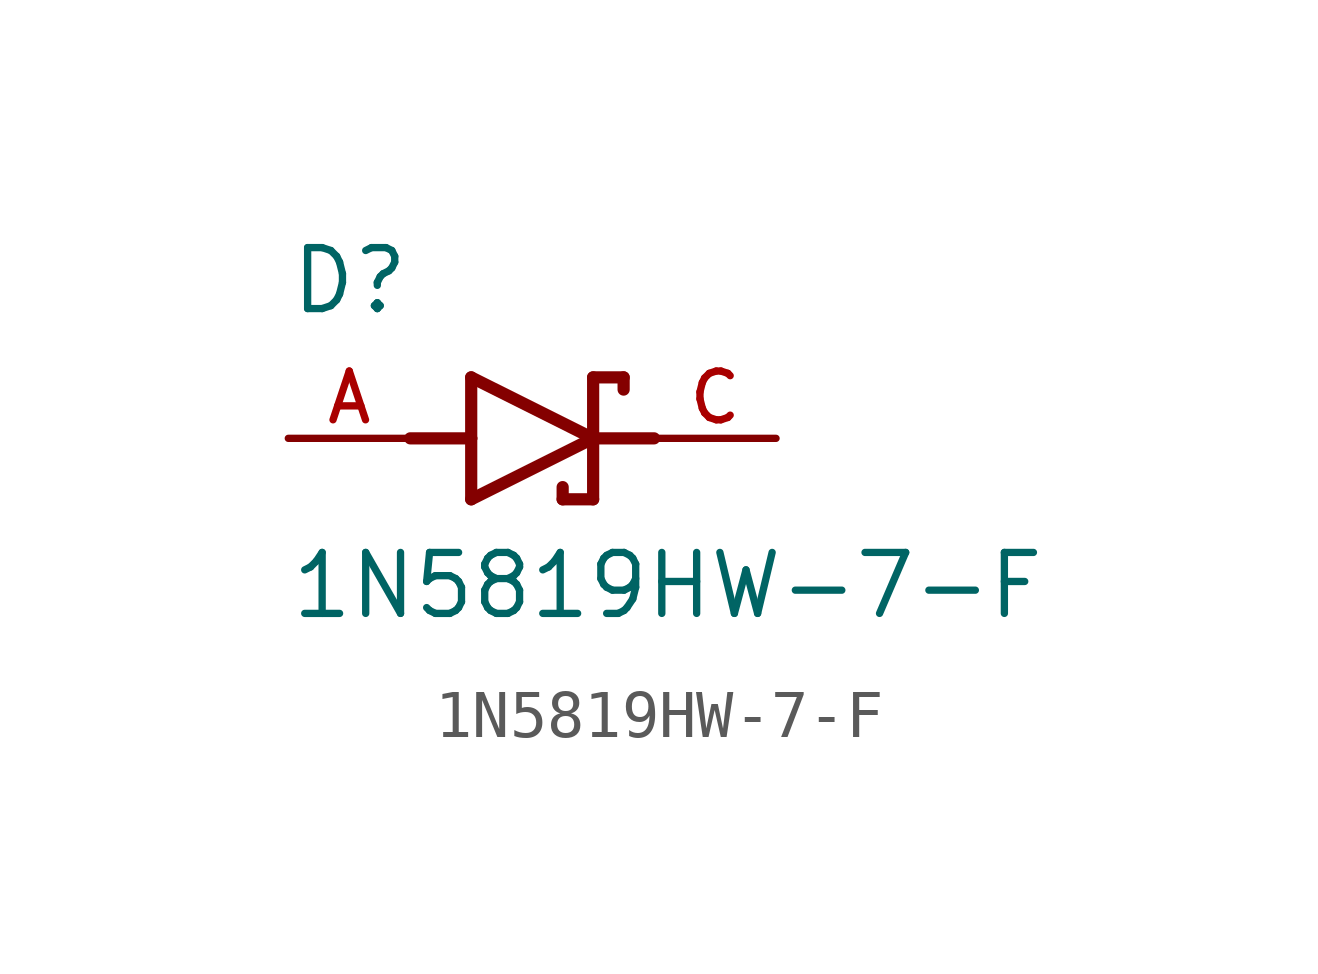
<source format=kicad_sym>
(kicad_symbol_lib
  (version 20220914)
  (generator kicad_symbol_editor)
  (symbol "1N5819HW-7-F"
    (pin_names
      (offset 1.016))
    (property "Reference" "D"
      (at -5.08 2.54 0)
      (effects (font (size 1.27 1.27)) (justify left bottom)))
    (property "Value" "1N5819HW-7-F"
      (at -5.08 -3.81 0)
      (effects (font (size 1.27 1.27)) (justify left bottom)))
    (symbol "1N5819HW-7-F_0_0"
      (polyline (pts (xy -2.54 0) (xy -1.27 0)) (stroke (width 0.254) (type default)) (fill (type none)))
      (polyline (pts (xy -1.27 -1.27) (xy 1.27 0)) (stroke (width 0.254) (type default)) (fill (type none)))
      (polyline (pts (xy -1.27 0) (xy -1.27 -1.27)) (stroke (width 0.254) (type default)) (fill (type none)))
      (polyline (pts (xy -1.27 1.27) (xy -1.27 0)) (stroke (width 0.254) (type default)) (fill (type none)))
      (polyline (pts (xy 0.635 -1.016) (xy 0.635 -1.27)) (stroke (width 0.254) (type default)) (fill (type none)))
      (polyline (pts (xy 1.27 -1.27) (xy 0.635 -1.27)) (stroke (width 0.254) (type default)) (fill (type none)))
      (polyline (pts (xy 1.27 0) (xy -1.27 1.27)) (stroke (width 0.254) (type default)) (fill (type none)))
      (polyline (pts (xy 1.27 0) (xy 1.27 -1.27)) (stroke (width 0.254) (type default)) (fill (type none)))
      (polyline (pts (xy 1.27 1.27) (xy 1.27 0)) (stroke (width 0.254) (type default)) (fill (type none)))
      (polyline (pts (xy 1.905 1.27) (xy 1.27 1.27)) (stroke (width 0.254) (type default)) (fill (type none)))
      (polyline (pts (xy 1.905 1.27) (xy 1.905 1.016)) (stroke (width 0.254) (type default)) (fill (type none)))
      (polyline (pts (xy 2.54 0) (xy 1.27 0)) (stroke (width 0.254) (type default)) (fill (type none))))
    (symbol "1N5819HW-7-F_1_0"
      (pin passive line (at -5.08 0 0) (length 2.54) (name "~" (effects (font (size 1.016 1.016)))) (number "A" (effects (font (size 1.016 1.016)))))
      (pin passive line (at 5.08 0 180) (length 2.54) (name "~" (effects (font (size 1.016 1.016)))) (number "C" (effects (font (size 1.016 1.016))))))))
</source>
